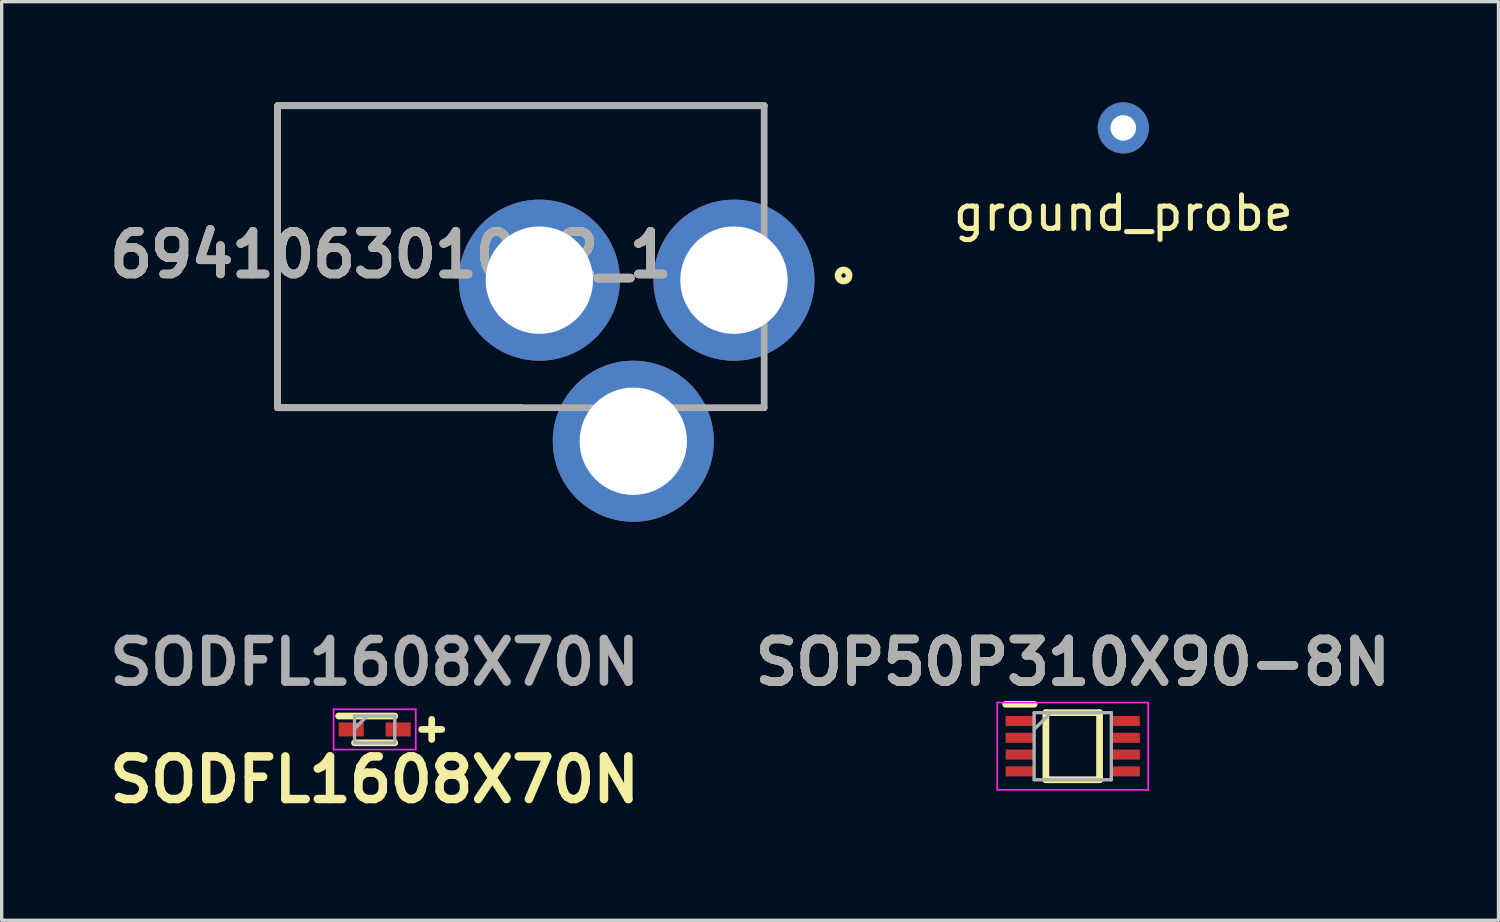
<source format=kicad_pcb>
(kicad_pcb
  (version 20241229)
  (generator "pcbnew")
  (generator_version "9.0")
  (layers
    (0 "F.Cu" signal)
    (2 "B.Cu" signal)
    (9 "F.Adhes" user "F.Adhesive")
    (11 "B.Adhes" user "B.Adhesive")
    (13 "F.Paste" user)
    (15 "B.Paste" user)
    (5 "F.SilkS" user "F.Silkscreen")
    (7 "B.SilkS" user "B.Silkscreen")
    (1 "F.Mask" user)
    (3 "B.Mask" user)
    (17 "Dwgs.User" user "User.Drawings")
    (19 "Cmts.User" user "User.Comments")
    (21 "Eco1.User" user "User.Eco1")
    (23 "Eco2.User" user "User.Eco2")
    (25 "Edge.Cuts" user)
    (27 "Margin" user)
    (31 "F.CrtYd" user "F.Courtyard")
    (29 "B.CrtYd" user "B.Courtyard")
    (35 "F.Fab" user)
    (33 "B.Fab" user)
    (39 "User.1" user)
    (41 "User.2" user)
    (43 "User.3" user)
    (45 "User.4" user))
  (footprint "ground_probe"
    (layer "F.Cu")
    (at 30.427 0.762)
    (property "Reference" "ground_probe" (at 0 2.54 0) (layer "F.SilkS") (effects (font (size 1 1) (thickness 0.15))))
    (attr through_hole)
    (pad "1" thru_hole circle (at 0 0) (size 1.524 1.524) (drill 0.762) (layers "*.Cu" "*.Mask")))
  (footprint "SOP50P310X90-8N"
    (layer "F.Cu")
    (at 28.92 19.189)
    (property "Reference" "SOP50P310X90-8N" (at 0 -2.5 0) (layer "F.SilkS") (effects (font (size 1.27 1.27) (thickness 0.254))))
    (attr smd)
    (fp_line (start -2 -1.25) (end -1.15 -1.25) (stroke (width 0.2) (type solid)) (layer "F.SilkS"))
    (fp_line (start -0.8 -1) (end 0.8 -1) (stroke (width 0.2) (type solid)) (layer "F.SilkS"))
    (fp_line (start -0.8 1) (end -0.8 -1) (stroke (width 0.2) (type solid)) (layer "F.SilkS"))
    (fp_line (start 0.8 -1) (end 0.8 1) (stroke (width 0.2) (type solid)) (layer "F.SilkS"))
    (fp_line (start 0.8 1) (end -0.8 1) (stroke (width 0.2) (type solid)) (layer "F.SilkS"))
    (fp_line (start -2.25 -1.3) (end 2.25 -1.3) (stroke (width 0.05) (type solid)) (layer "F.CrtYd"))
    (fp_line (start -2.25 1.3) (end -2.25 -1.3) (stroke (width 0.05) (type solid)) (layer "F.CrtYd"))
    (fp_line (start 2.25 -1.3) (end 2.25 1.3) (stroke (width 0.05) (type solid)) (layer "F.CrtYd"))
    (fp_line (start 2.25 1.3) (end -2.25 1.3) (stroke (width 0.05) (type solid)) (layer "F.CrtYd"))
    (fp_line (start -1.15 -1) (end 1.15 -1) (stroke (width 0.1) (type solid)) (layer "F.Fab"))
    (fp_line (start -1.15 -0.5) (end -0.65 -1) (stroke (width 0.1) (type solid)) (layer "F.Fab"))
    (fp_line (start -1.15 1) (end -1.15 -1) (stroke (width 0.1) (type solid)) (layer "F.Fab"))
    (fp_line (start 1.15 -1) (end 1.15 1) (stroke (width 0.1) (type solid)) (layer "F.Fab"))
    (fp_line (start 1.15 1) (end -1.15 1) (stroke (width 0.1) (type solid)) (layer "F.Fab"))
    (fp_text user "${REFERENCE}" (at 0 -2.5 0) (layer "F.Fab") (effects (font (size 1.27 1.27) (thickness 0.254))))
    (pad "1" smd rect (at -1.575 -0.75 90) (size 0.3 0.85) (layers "F.Cu" "F.Mask" "F.Paste"))
    (pad "2" smd rect (at -1.575 -0.25 90) (size 0.3 0.85) (layers "F.Cu" "F.Mask" "F.Paste"))
    (pad "3" smd rect (at -1.575 0.25 90) (size 0.3 0.85) (layers "F.Cu" "F.Mask" "F.Paste"))
    (pad "4" smd rect (at -1.575 0.75 90) (size 0.3 0.85) (layers "F.Cu" "F.Mask" "F.Paste"))
    (pad "5" smd rect (at 1.575 0.75 90) (size 0.3 0.85) (layers "F.Cu" "F.Mask" "F.Paste"))
    (pad "6" smd rect (at 1.575 0.25 90) (size 0.3 0.85) (layers "F.Cu" "F.Mask" "F.Paste"))
    (pad "7" smd rect (at 1.575 -0.25 90) (size 0.3 0.85) (layers "F.Cu" "F.Mask" "F.Paste"))
    (pad "8" smd rect (at 1.575 -0.75 90) (size 0.3 0.85) (layers "F.Cu" "F.Mask" "F.Paste")))
  (footprint "694106301002_1"
    (layer "F.Cu")
    (at 5.224 9.1)
    (property "Reference" "694106301002_1" (at 3.376 -4.559 0) (layer "F.SilkS") (effects (font (size 1.27 1.27) (thickness 0.254))))
    (attr through_hole)
    (fp_line (start 0 -9) (end 14.5 -9) (stroke (width 0.2) (type solid)) (layer "F.SilkS"))
    (fp_line (start 0 0) (end 0 -9) (stroke (width 0.2) (type solid)) (layer "F.SilkS"))
    (fp_line (start 7.25 0) (end 0 0) (stroke (width 0.2) (type solid)) (layer "F.SilkS"))
    (fp_circle (center 16.867 -3.939) (end 16.867 -3.875) (stroke (width 0.2) (type solid)) (fill no) (layer "F.SilkS"))
    (fp_line (start 0 -9) (end 14.5 -9) (stroke (width 0.2) (type solid)) (layer "F.Fab"))
    (fp_line (start 0 0) (end 0 -9) (stroke (width 0.2) (type solid)) (layer "F.Fab"))
    (fp_line (start 14.5 -9) (end 14.5 0) (stroke (width 0.2) (type solid)) (layer "F.Fab"))
    (fp_line (start 14.5 0) (end 0 0) (stroke (width 0.2) (type solid)) (layer "F.Fab"))
    (fp_text user "${REFERENCE}" (at 3.376 -4.559 0) (layer "F.Fab") (effects (font (size 1.27 1.27) (thickness 0.254))))
    (pad "1" thru_hole circle (at 13.6 -3.8) (size 4.8 4.8) (drill 3.2) (layers "*.Cu" "*.Mask"))
    (pad "2" thru_hole circle (at 7.8 -3.8) (size 4.8 4.8) (drill 3.2) (layers "*.Cu" "*.Mask"))
    (pad "3" thru_hole circle (at 10.6 1) (size 4.8 4.8) (drill 3.2) (layers "*.Cu" "*.Mask")))
  (footprint "SODFL1608X70N"
    (layer "F.Cu")
    (at 8.116 18.689)
    (property "Reference" "SODFL1608X70N" (at 0 1.5 0) (layer "F.SilkS") (effects (font (size 1.27 1.27) (thickness 0.254))))
    (attr smd)
    (fp_line (start -1.075 -0.4) (end 0.6 -0.4) (stroke (width 0.2) (type solid)) (layer "F.SilkS"))
    (fp_line (start -0.6 0.4) (end 0.6 0.4) (stroke (width 0.2) (type solid)) (layer "F.SilkS"))
    (fp_line (start 1.4 0) (end 2 0) (stroke (width 0.2) (type solid)) (layer "F.SilkS"))
    (fp_line (start 1.7 0.3) (end 1.7 -0.3) (stroke (width 0.2) (type solid)) (layer "F.SilkS"))
    (fp_line (start -1.225 -0.6) (end 1.225 -0.6) (stroke (width 0.05) (type solid)) (layer "F.CrtYd"))
    (fp_line (start -1.225 0.6) (end -1.225 -0.6) (stroke (width 0.05) (type solid)) (layer "F.CrtYd"))
    (fp_line (start 1.225 -0.6) (end 1.225 0.6) (stroke (width 0.05) (type solid)) (layer "F.CrtYd"))
    (fp_line (start 1.225 0.6) (end -1.225 0.6) (stroke (width 0.05) (type solid)) (layer "F.CrtYd"))
    (fp_line (start -0.6 -0.4) (end 0.6 -0.4) (stroke (width 0.1) (type solid)) (layer "F.Fab"))
    (fp_line (start -0.6 -0.025) (end -0.225 -0.4) (stroke (width 0.1) (type solid)) (layer "F.Fab"))
    (fp_line (start -0.6 0.4) (end -0.6 -0.4) (stroke (width 0.1) (type solid)) (layer "F.Fab"))
    (fp_line (start 0.6 -0.4) (end 0.6 0.4) (stroke (width 0.1) (type solid)) (layer "F.Fab"))
    (fp_line (start 0.6 0.4) (end -0.6 0.4) (stroke (width 0.1) (type solid)) (layer "F.Fab"))
    (fp_text user "${REFERENCE}" (at 0 -2 0) (layer "F.Fab") (effects (font (size 1.27 1.27) (thickness 0.254))))
    (pad "1" smd rect (at -0.7 0 90) (size 0.42 0.75) (layers "F.Cu" "F.Mask" "F.Paste"))
    (pad "2" smd rect (at 0.7 0 90) (size 0.42 0.75) (layers "F.Cu" "F.Mask" "F.Paste")))
  (gr_rect
    (start -3 -3)
    (end 41.608 24.377)
    (stroke (width 0.1) (type default))
    (fill no)
    (layer "Edge.Cuts")))
</source>
